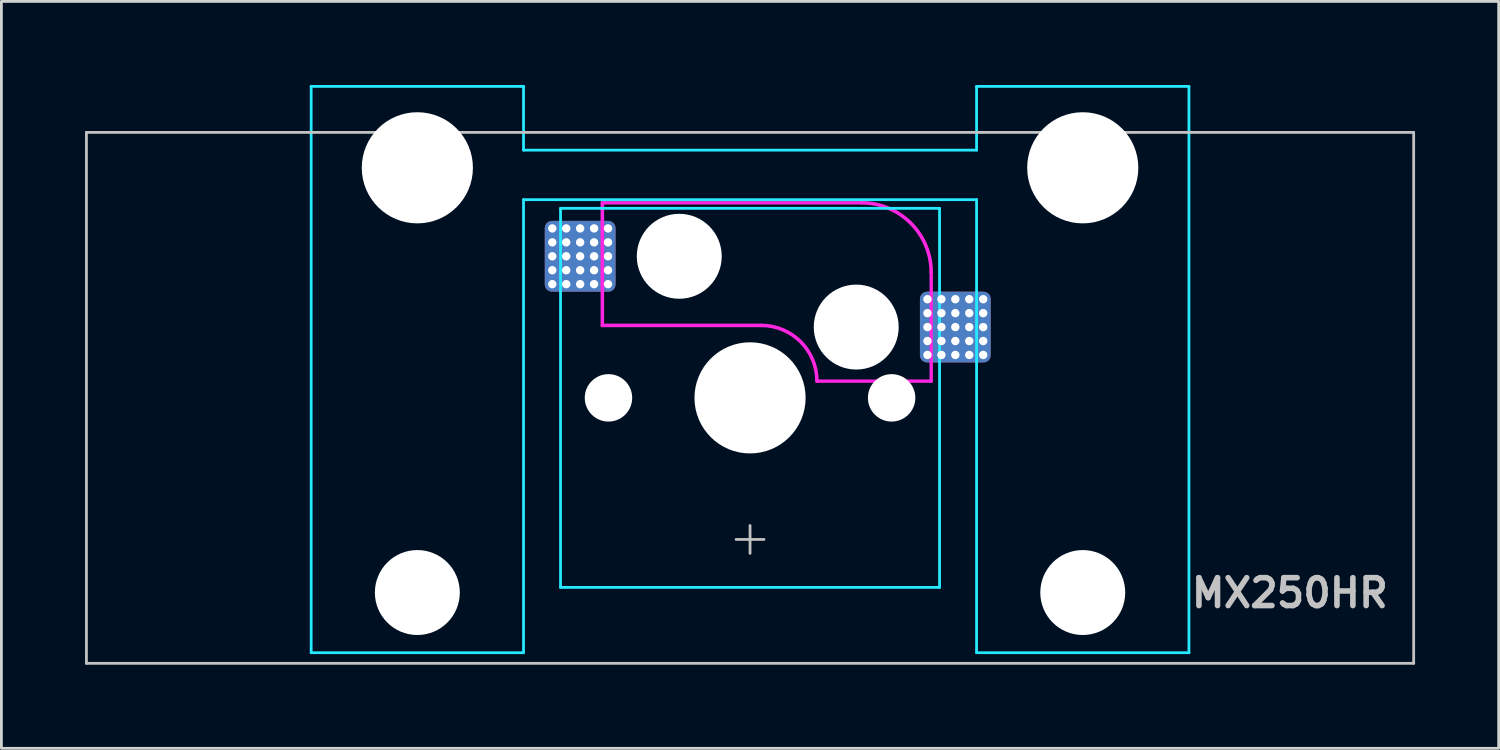
<source format=kicad_pcb>
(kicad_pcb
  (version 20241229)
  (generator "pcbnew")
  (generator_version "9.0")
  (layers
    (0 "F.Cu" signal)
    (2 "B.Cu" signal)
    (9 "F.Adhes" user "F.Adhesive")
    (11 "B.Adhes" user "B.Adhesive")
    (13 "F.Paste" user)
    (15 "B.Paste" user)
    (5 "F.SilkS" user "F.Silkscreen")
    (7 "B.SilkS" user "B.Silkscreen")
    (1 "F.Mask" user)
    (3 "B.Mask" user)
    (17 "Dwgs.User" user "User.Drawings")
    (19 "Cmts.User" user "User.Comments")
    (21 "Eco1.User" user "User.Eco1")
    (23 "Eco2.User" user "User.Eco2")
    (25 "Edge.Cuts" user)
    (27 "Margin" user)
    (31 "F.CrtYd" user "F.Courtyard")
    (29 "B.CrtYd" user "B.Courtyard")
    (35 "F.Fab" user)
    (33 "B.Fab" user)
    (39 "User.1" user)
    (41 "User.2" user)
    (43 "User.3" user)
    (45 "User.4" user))
  (footprint "MX250HR"
    (layer "F.Cu")
    (at 23.863 11.226)
    (property "Reference" "MX250HR" (at 23 7 0) (layer "Dwgs.User") (effects (font (size 1 1) (thickness 0.2)) (justify right)))
    (attr smd)
    (fp_line (start -23.812 -9.525) (end -23.812 9.525) (stroke (width 0.1) (type solid)) (layer "Dwgs.User"))
    (fp_line (start -23.812 -9.525) (end 23.812 -9.525) (stroke (width 0.1) (type solid)) (layer "Dwgs.User"))
    (fp_line (start -23.812 9.525) (end 23.812 9.525) (stroke (width 0.1) (type solid)) (layer "Dwgs.User"))
    (fp_line (start -0.5 5.08) (end 0.5 5.08) (stroke (width 0.1) (type solid)) (layer "Dwgs.User"))
    (fp_line (start 0 4.58) (end 0 5.58) (stroke (width 0.1) (type solid)) (layer "Dwgs.User"))
    (fp_line (start 23.812 -9.525) (end 23.812 9.525) (stroke (width 0.1) (type solid)) (layer "Dwgs.User"))
    (fp_line (start -15.438 -8.515) (end -15.438 5.485) (stroke (width 0.1) (type solid)) (layer "Eco1.User"))
    (fp_line (start -14.938 -9.015) (end -8.938 -9.015) (stroke (width 0.1) (type solid)) (layer "Eco1.User"))
    (fp_line (start -8.938 5.985) (end -14.938 5.985) (stroke (width 0.1) (type solid)) (layer "Eco1.User"))
    (fp_line (start -8.438 5.485) (end -8.438 -8.515) (stroke (width 0.1) (type solid)) (layer "Eco1.User"))
    (fp_line (start -7 -6.5) (end -7 6.5) (stroke (width 0.1) (type solid)) (layer "Eco1.User"))
    (fp_line (start -6.5 7) (end 6.5 7) (stroke (width 0.1) (type solid)) (layer "Eco1.User"))
    (fp_line (start 6.5 -7) (end -6.5 -7) (stroke (width 0.1) (type solid)) (layer "Eco1.User"))
    (fp_line (start 7 6.5) (end 7 -6.5) (stroke (width 0.1) (type solid)) (layer "Eco1.User"))
    (fp_line (start 8.438 -8.515) (end 8.438 5.485) (stroke (width 0.1) (type solid)) (layer "Eco1.User"))
    (fp_line (start 8.938 -9.015) (end 14.938 -9.015) (stroke (width 0.1) (type solid)) (layer "Eco1.User"))
    (fp_line (start 14.938 5.985) (end 8.938 5.985) (stroke (width 0.1) (type solid)) (layer "Eco1.User"))
    (fp_line (start 15.438 5.485) (end 15.438 -8.515) (stroke (width 0.1) (type solid)) (layer "Eco1.User"))
    (fp_arc (start -15.438 -8.515) (mid -15.291553 -8.868553) (end -14.938 -9.015) (stroke (width 0.1) (type solid)) (layer "Eco1.User"))
    (fp_arc (start -14.938 5.985) (mid -15.291553 5.838553) (end -15.438 5.485) (stroke (width 0.1) (type solid)) (layer "Eco1.User"))
    (fp_arc (start -8.938 -9.015) (mid -8.584447 -8.868553) (end -8.438 -8.515) (stroke (width 0.1) (type solid)) (layer "Eco1.User"))
    (fp_arc (start -8.438 5.485) (mid -8.584447 5.838553) (end -8.938 5.985) (stroke (width 0.1) (type solid)) (layer "Eco1.User"))
    (fp_arc (start -7 -6.5) (mid -6.853553 -6.853553) (end -6.5 -7) (stroke (width 0.1) (type solid)) (layer "Eco1.User"))
    (fp_arc (start -6.5 7) (mid -6.853553 6.853553) (end -7 6.5) (stroke (width 0.1) (type solid)) (layer "Eco1.User"))
    (fp_arc (start 6.5 -7) (mid 6.853553 -6.853553) (end 7 -6.5) (stroke (width 0.1) (type solid)) (layer "Eco1.User"))
    (fp_arc (start 7 6.5) (mid 6.853553 6.853553) (end 6.5 7) (stroke (width 0.1) (type solid)) (layer "Eco1.User"))
    (fp_arc (start 8.438 -8.515) (mid 8.584447 -8.868553) (end 8.938 -9.015) (stroke (width 0.1) (type solid)) (layer "Eco1.User"))
    (fp_arc (start 8.938 5.985) (mid 8.584447 5.838553) (end 8.438 5.485) (stroke (width 0.1) (type solid)) (layer "Eco1.User"))
    (fp_arc (start 14.938 -9.015) (mid 15.291553 -8.868553) (end 15.438 -8.515) (stroke (width 0.1) (type solid)) (layer "Eco1.User"))
    (fp_arc (start 15.438 5.485) (mid 15.291553 5.838553) (end 14.938 5.985) (stroke (width 0.1) (type solid)) (layer "Eco1.User"))
    (fp_line (start -15.748 -11.176) (end -8.128 -11.176) (stroke (width 0.1) (type solid)) (layer "B.CrtYd"))
    (fp_line (start -15.748 9.144) (end -15.748 -11.176) (stroke (width 0.1) (type solid)) (layer "B.CrtYd"))
    (fp_line (start -8.128 -8.89) (end -8.128 -11.176) (stroke (width 0.1) (type solid)) (layer "B.CrtYd"))
    (fp_line (start -8.128 -7.112) (end -8.128 9.142) (stroke (width 0.1) (type solid)) (layer "B.CrtYd"))
    (fp_line (start -8.128 9.144) (end -15.748 9.144) (stroke (width 0.1) (type solid)) (layer "B.CrtYd"))
    (fp_line (start -6.8 -6.8) (end -6.8 6.8) (stroke (width 0.1) (type solid)) (layer "B.CrtYd"))
    (fp_line (start 6.8 -6.8) (end -6.8 -6.8) (stroke (width 0.1) (type solid)) (layer "B.CrtYd"))
    (fp_line (start 6.8 -6.8) (end 6.8 6.8) (stroke (width 0.1) (type solid)) (layer "B.CrtYd"))
    (fp_line (start 6.8 6.8) (end -6.8 6.8) (stroke (width 0.1) (type solid)) (layer "B.CrtYd"))
    (fp_line (start 8.128 -8.89) (end -8.128 -8.89) (stroke (width 0.1) (type solid)) (layer "B.CrtYd"))
    (fp_line (start 8.128 -8.89) (end 8.128 -11.176) (stroke (width 0.1) (type solid)) (layer "B.CrtYd"))
    (fp_line (start 8.128 -7.112) (end -8.128 -7.112) (stroke (width 0.1) (type solid)) (layer "B.CrtYd"))
    (fp_line (start 8.128 -7.112) (end 8.128 9.144) (stroke (width 0.1) (type solid)) (layer "B.CrtYd"))
    (fp_line (start 8.128 9.144) (end 15.748 9.144) (stroke (width 0.1) (type solid)) (layer "B.CrtYd"))
    (fp_line (start 15.748 -11.176) (end 8.128 -11.176) (stroke (width 0.1) (type solid)) (layer "B.CrtYd"))
    (fp_line (start 15.748 9.144) (end 15.748 -11.176) (stroke (width 0.1) (type solid)) (layer "B.CrtYd"))
    (fp_line (start -5.3 -7) (end -5.3 -2.6) (stroke (width 0.127) (type solid)) (layer "F.CrtYd"))
    (fp_line (start -5.2 -7) (end -5.3 -7) (stroke (width 0.12) (type solid)) (layer "F.CrtYd"))
    (fp_line (start 0.4 -2.6) (end -5.3 -2.6) (stroke (width 0.127) (type solid)) (layer "F.CrtYd"))
    (fp_line (start 4 -7) (end -5.2 -7) (stroke (width 0.12) (type solid)) (layer "F.CrtYd"))
    (fp_line (start 6.5 -4.5) (end 6.5 -0.6) (stroke (width 0.12) (type solid)) (layer "F.CrtYd"))
    (fp_line (start 6.5 -0.6) (end 2.4 -0.6) (stroke (width 0.12) (type solid)) (layer "F.CrtYd"))
    (fp_arc (start 0.4 -2.6) (mid 1.814214 -2.014214) (end 2.4 -0.6) (stroke (width 0.127) (type solid)) (layer "F.CrtYd"))
    (fp_arc (start 4 -7) (mid 5.767767 -6.267767) (end 6.5 -4.5) (stroke (width 0.127) (type solid)) (layer "F.CrtYd"))
    (pad "" np_thru_hole circle (at -11.938 -8.255 180) (size 3.988 3.988) (drill 3.988) (layers "*.Cu" "*.Mask"))
    (pad "" np_thru_hole circle (at -11.938 6.985 180) (size 3.048 3.048) (drill 3.048) (layers "*.Cu" "*.Mask"))
    (pad "" np_thru_hole circle (at -5.08 0) (size 1.702 1.702) (drill 1.702) (layers "*.Cu" "*.Mask"))
    (pad "" np_thru_hole circle (at -2.54 -5.08) (size 3.048 3.048) (drill 3.048) (layers "*.Cu" "*.Mask"))
    (pad "" np_thru_hole circle (at 0 0) (size 3.988 3.988) (drill 3.988) (layers "*.Cu" "*.Mask"))
    (pad "" np_thru_hole circle (at 3.81 -2.54) (size 3.048 3.048) (drill 3.048) (layers "*.Cu" "*.Mask"))
    (pad "" np_thru_hole circle (at 5.08 0) (size 1.702 1.702) (drill 1.702) (layers "*.Cu" "*.Mask"))
    (pad "" np_thru_hole circle (at 11.938 -8.255 180) (size 3.988 3.988) (drill 3.988) (layers "*.Cu" "*.Mask"))
    (pad "" np_thru_hole circle (at 11.938 6.985 180) (size 3.048 3.048) (drill 3.048) (layers "*.Cu" "*.Mask"))
    (pad "1" thru_hole circle (at -7.096 -6.08) (size 0.3 0.3) (drill 0.3) (layers "*.Cu" "F.Mask"))
    (pad "1" thru_hole circle (at -7.096 -5.58) (size 0.3 0.3) (drill 0.3) (layers "*.Cu" "F.Mask"))
    (pad "1" thru_hole circle (at -7.096 -5.08) (size 0.3 0.3) (drill 0.3) (layers "*.Cu" "F.Mask"))
    (pad "1" thru_hole circle (at -7.096 -4.58) (size 0.3 0.3) (drill 0.3) (layers "*.Cu" "F.Mask"))
    (pad "1" thru_hole circle (at -7.096 -4.08) (size 0.3 0.3) (drill 0.3) (layers "*.Cu" "F.Mask"))
    (pad "1" thru_hole circle (at -6.596 -6.08) (size 0.3 0.3) (drill 0.3) (layers "*.Cu" "F.Mask"))
    (pad "1" thru_hole circle (at -6.596 -5.58) (size 0.3 0.3) (drill 0.3) (layers "*.Cu" "F.Mask"))
    (pad "1" thru_hole circle (at -6.596 -5.08) (size 0.3 0.3) (drill 0.3) (layers "*.Cu" "F.Mask"))
    (pad "1" thru_hole circle (at -6.596 -4.58) (size 0.3 0.3) (drill 0.3) (layers "*.Cu" "F.Mask"))
    (pad "1" thru_hole circle (at -6.596 -4.08) (size 0.3 0.3) (drill 0.3) (layers "*.Cu" "F.Mask"))
    (pad "1" thru_hole circle (at -6.096 -6.08) (size 0.3 0.3) (drill 0.3) (layers "*.Cu" "F.Mask"))
    (pad "1" thru_hole circle (at -6.096 -5.58) (size 0.3 0.3) (drill 0.3) (layers "*.Cu" "F.Mask"))
    (pad "1" thru_hole circle (at -6.096 -5.08) (size 0.3 0.3) (drill 0.3) (layers "*.Cu" "F.Mask"))
    (pad "1" smd roundrect (at -6.096 -5.08) (size 2.54 2.54) (layers "F.Cu" "F.Mask") (roundrect_rratio 0.1))
    (pad "1" smd roundrect (at -6.096 -5.08) (size 2.54 2.54) (layers "B.Cu") (roundrect_rratio 0.1))
    (pad "1" thru_hole circle (at -6.096 -4.58) (size 0.3 0.3) (drill 0.3) (layers "*.Cu" "F.Mask"))
    (pad "1" thru_hole circle (at -6.096 -4.08) (size 0.3 0.3) (drill 0.3) (layers "*.Cu" "F.Mask"))
    (pad "1" thru_hole circle (at -5.596 -6.08) (size 0.3 0.3) (drill 0.3) (layers "*.Cu" "F.Mask"))
    (pad "1" thru_hole circle (at -5.596 -5.58) (size 0.3 0.3) (drill 0.3) (layers "*.Cu" "F.Mask"))
    (pad "1" thru_hole circle (at -5.596 -5.08) (size 0.3 0.3) (drill 0.3) (layers "*.Cu" "F.Mask"))
    (pad "1" thru_hole circle (at -5.596 -4.58) (size 0.3 0.3) (drill 0.3) (layers "*.Cu" "F.Mask"))
    (pad "1" thru_hole circle (at -5.596 -4.08) (size 0.3 0.3) (drill 0.3) (layers "*.Cu" "F.Mask"))
    (pad "1" thru_hole circle (at -5.096 -6.08) (size 0.3 0.3) (drill 0.3) (layers "*.Cu" "F.Mask"))
    (pad "1" thru_hole circle (at -5.096 -5.58) (size 0.3 0.3) (drill 0.3) (layers "*.Cu" "F.Mask"))
    (pad "1" thru_hole circle (at -5.096 -5.08) (size 0.3 0.3) (drill 0.3) (layers "*.Cu" "F.Mask"))
    (pad "1" thru_hole circle (at -5.096 -4.58) (size 0.3 0.3) (drill 0.3) (layers "*.Cu" "F.Mask"))
    (pad "1" thru_hole circle (at -5.096 -4.08) (size 0.3 0.3) (drill 0.3) (layers "*.Cu" "F.Mask"))
    (pad "2" thru_hole circle (at 6.366 -3.54) (size 0.3 0.3) (drill 0.3) (layers "*.Cu" "F.Mask"))
    (pad "2" thru_hole circle (at 6.366 -3.04) (size 0.3 0.3) (drill 0.3) (layers "*.Cu" "F.Mask"))
    (pad "2" thru_hole circle (at 6.366 -2.54) (size 0.3 0.3) (drill 0.3) (layers "*.Cu" "F.Mask"))
    (pad "2" thru_hole circle (at 6.366 -2.04) (size 0.3 0.3) (drill 0.3) (layers "*.Cu" "F.Mask"))
    (pad "2" thru_hole circle (at 6.366 -1.54) (size 0.3 0.3) (drill 0.3) (layers "*.Cu" "F.Mask"))
    (pad "2" thru_hole circle (at 6.866 -3.54) (size 0.3 0.3) (drill 0.3) (layers "*.Cu" "F.Mask"))
    (pad "2" thru_hole circle (at 6.866 -3.04) (size 0.3 0.3) (drill 0.3) (layers "*.Cu" "F.Mask"))
    (pad "2" thru_hole circle (at 6.866 -2.54) (size 0.3 0.3) (drill 0.3) (layers "*.Cu" "F.Mask"))
    (pad "2" thru_hole circle (at 6.866 -2.04) (size 0.3 0.3) (drill 0.3) (layers "*.Cu" "F.Mask"))
    (pad "2" thru_hole circle (at 6.866 -1.54) (size 0.3 0.3) (drill 0.3) (layers "*.Cu" "F.Mask"))
    (pad "2" thru_hole circle (at 7.366 -3.54) (size 0.3 0.3) (drill 0.3) (layers "*.Cu" "F.Mask"))
    (pad "2" thru_hole circle (at 7.366 -3.04) (size 0.3 0.3) (drill 0.3) (layers "*.Cu" "F.Mask"))
    (pad "2" thru_hole circle (at 7.366 -2.54) (size 0.3 0.3) (drill 0.3) (layers "*.Cu" "F.Mask"))
    (pad "2" smd roundrect (at 7.366 -2.54) (size 2.54 2.54) (layers "F.Cu" "F.Mask") (roundrect_rratio 0.1))
    (pad "2" smd roundrect (at 7.366 -2.54) (size 2.54 2.54) (layers "B.Cu") (roundrect_rratio 0.1))
    (pad "2" thru_hole circle (at 7.366 -2.04) (size 0.3 0.3) (drill 0.3) (layers "*.Cu" "F.Mask"))
    (pad "2" thru_hole circle (at 7.366 -1.54) (size 0.3 0.3) (drill 0.3) (layers "*.Cu" "F.Mask"))
    (pad "2" thru_hole circle (at 7.866 -3.54) (size 0.3 0.3) (drill 0.3) (layers "*.Cu" "F.Mask"))
    (pad "2" thru_hole circle (at 7.866 -3.04) (size 0.3 0.3) (drill 0.3) (layers "*.Cu" "F.Mask"))
    (pad "2" thru_hole circle (at 7.866 -2.54) (size 0.3 0.3) (drill 0.3) (layers "*.Cu" "F.Mask"))
    (pad "2" thru_hole circle (at 7.866 -2.04) (size 0.3 0.3) (drill 0.3) (layers "*.Cu" "F.Mask"))
    (pad "2" thru_hole circle (at 7.866 -1.54) (size 0.3 0.3) (drill 0.3) (layers "*.Cu" "F.Mask"))
    (pad "2" thru_hole circle (at 8.366 -3.54) (size 0.3 0.3) (drill 0.3) (layers "*.Cu" "F.Mask"))
    (pad "2" thru_hole circle (at 8.366 -3.04) (size 0.3 0.3) (drill 0.3) (layers "*.Cu" "F.Mask"))
    (pad "2" thru_hole circle (at 8.366 -2.54) (size 0.3 0.3) (drill 0.3) (layers "*.Cu" "F.Mask"))
    (pad "2" thru_hole circle (at 8.366 -2.04) (size 0.3 0.3) (drill 0.3) (layers "*.Cu" "F.Mask"))
    (pad "2" thru_hole circle (at 8.366 -1.54) (size 0.3 0.3) (drill 0.3) (layers "*.Cu" "F.Mask")))
  (gr_rect
    (start -3 -3)
    (end 50.725 23.801)
    (stroke (width 0.1) (type default))
    (fill no)
    (layer "Edge.Cuts")))
</source>
